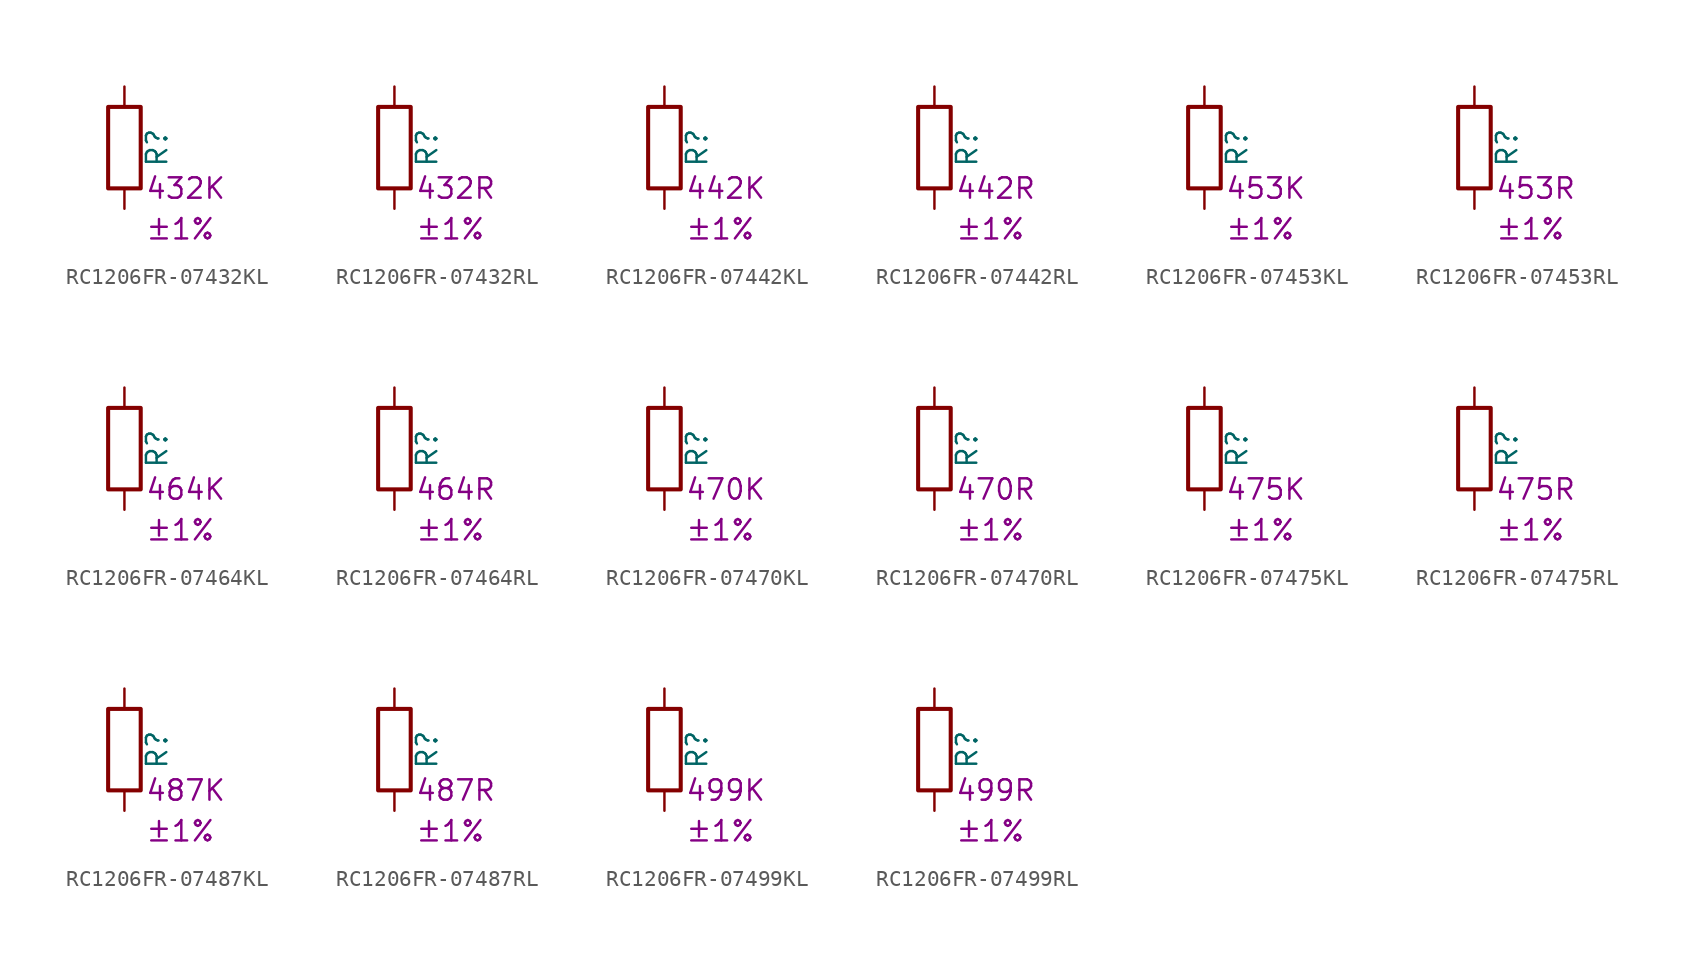
<source format=kicad_sym>
(kicad_symbol_lib
  (version 20220914)
  (generator kicad_symbol_editor)
  (symbol "RC1206FR-07432KL"
    (pin_numbers hide)
    (pin_names
      (offset 0))
    (property "Reference" "R"
      (at 2.032 0 90)
      (effects (font (size 1.27 1.27))))
    (property "Resistance" "432K"
      (at 1.27 -2.54 0)
      (effects (font (size 1.27 1.27)) (justify left)))
    (property "Tolerance" "±1%"
      (at 1.27 -5.08 0)
      (effects (font (size 1.27 1.27)) (justify left)))
    (symbol "RC1206FR-07432KL_0_1"
      (rectangle (start -1.016 -2.54) (end 1.016 2.54) (stroke (width 0.254) (type default)) (fill (type none))))
    (symbol "RC1206FR-07432KL_1_1"
      (pin passive line (at 0 3.81 270) (length 1.27) (name "~" (effects (font (size 1.27 1.27)))) (number "1" (effects (font (size 1.27 1.27)))))
      (pin passive line (at 0 -3.81 90) (length 1.27) (name "~" (effects (font (size 1.27 1.27)))) (number "2" (effects (font (size 1.27 1.27)))))))
  (symbol "RC1206FR-07432RL"
    (pin_numbers hide)
    (pin_names
      (offset 0))
    (property "Reference" "R"
      (at 2.032 0 90)
      (effects (font (size 1.27 1.27))))
    (property "Resistance" "432R"
      (at 1.27 -2.54 0)
      (effects (font (size 1.27 1.27)) (justify left)))
    (property "Tolerance" "±1%"
      (at 1.27 -5.08 0)
      (effects (font (size 1.27 1.27)) (justify left)))
    (symbol "RC1206FR-07432RL_0_1"
      (rectangle (start -1.016 -2.54) (end 1.016 2.54) (stroke (width 0.254) (type default)) (fill (type none))))
    (symbol "RC1206FR-07432RL_1_1"
      (pin passive line (at 0 3.81 270) (length 1.27) (name "~" (effects (font (size 1.27 1.27)))) (number "1" (effects (font (size 1.27 1.27)))))
      (pin passive line (at 0 -3.81 90) (length 1.27) (name "~" (effects (font (size 1.27 1.27)))) (number "2" (effects (font (size 1.27 1.27)))))))
  (symbol "RC1206FR-07442KL"
    (pin_numbers hide)
    (pin_names
      (offset 0))
    (property "Reference" "R"
      (at 2.032 0 90)
      (effects (font (size 1.27 1.27))))
    (property "Resistance" "442K"
      (at 1.27 -2.54 0)
      (effects (font (size 1.27 1.27)) (justify left)))
    (property "Tolerance" "±1%"
      (at 1.27 -5.08 0)
      (effects (font (size 1.27 1.27)) (justify left)))
    (symbol "RC1206FR-07442KL_0_1"
      (rectangle (start -1.016 -2.54) (end 1.016 2.54) (stroke (width 0.254) (type default)) (fill (type none))))
    (symbol "RC1206FR-07442KL_1_1"
      (pin passive line (at 0 3.81 270) (length 1.27) (name "~" (effects (font (size 1.27 1.27)))) (number "1" (effects (font (size 1.27 1.27)))))
      (pin passive line (at 0 -3.81 90) (length 1.27) (name "~" (effects (font (size 1.27 1.27)))) (number "2" (effects (font (size 1.27 1.27)))))))
  (symbol "RC1206FR-07442RL"
    (pin_numbers hide)
    (pin_names
      (offset 0))
    (property "Reference" "R"
      (at 2.032 0 90)
      (effects (font (size 1.27 1.27))))
    (property "Resistance" "442R"
      (at 1.27 -2.54 0)
      (effects (font (size 1.27 1.27)) (justify left)))
    (property "Tolerance" "±1%"
      (at 1.27 -5.08 0)
      (effects (font (size 1.27 1.27)) (justify left)))
    (symbol "RC1206FR-07442RL_0_1"
      (rectangle (start -1.016 -2.54) (end 1.016 2.54) (stroke (width 0.254) (type default)) (fill (type none))))
    (symbol "RC1206FR-07442RL_1_1"
      (pin passive line (at 0 3.81 270) (length 1.27) (name "~" (effects (font (size 1.27 1.27)))) (number "1" (effects (font (size 1.27 1.27)))))
      (pin passive line (at 0 -3.81 90) (length 1.27) (name "~" (effects (font (size 1.27 1.27)))) (number "2" (effects (font (size 1.27 1.27)))))))
  (symbol "RC1206FR-07453KL"
    (pin_numbers hide)
    (pin_names
      (offset 0))
    (property "Reference" "R"
      (at 2.032 0 90)
      (effects (font (size 1.27 1.27))))
    (property "Resistance" "453K"
      (at 1.27 -2.54 0)
      (effects (font (size 1.27 1.27)) (justify left)))
    (property "Tolerance" "±1%"
      (at 1.27 -5.08 0)
      (effects (font (size 1.27 1.27)) (justify left)))
    (symbol "RC1206FR-07453KL_0_1"
      (rectangle (start -1.016 -2.54) (end 1.016 2.54) (stroke (width 0.254) (type default)) (fill (type none))))
    (symbol "RC1206FR-07453KL_1_1"
      (pin passive line (at 0 3.81 270) (length 1.27) (name "~" (effects (font (size 1.27 1.27)))) (number "1" (effects (font (size 1.27 1.27)))))
      (pin passive line (at 0 -3.81 90) (length 1.27) (name "~" (effects (font (size 1.27 1.27)))) (number "2" (effects (font (size 1.27 1.27)))))))
  (symbol "RC1206FR-07453RL"
    (pin_numbers hide)
    (pin_names
      (offset 0))
    (property "Reference" "R"
      (at 2.032 0 90)
      (effects (font (size 1.27 1.27))))
    (property "Resistance" "453R"
      (at 1.27 -2.54 0)
      (effects (font (size 1.27 1.27)) (justify left)))
    (property "Tolerance" "±1%"
      (at 1.27 -5.08 0)
      (effects (font (size 1.27 1.27)) (justify left)))
    (symbol "RC1206FR-07453RL_0_1"
      (rectangle (start -1.016 -2.54) (end 1.016 2.54) (stroke (width 0.254) (type default)) (fill (type none))))
    (symbol "RC1206FR-07453RL_1_1"
      (pin passive line (at 0 3.81 270) (length 1.27) (name "~" (effects (font (size 1.27 1.27)))) (number "1" (effects (font (size 1.27 1.27)))))
      (pin passive line (at 0 -3.81 90) (length 1.27) (name "~" (effects (font (size 1.27 1.27)))) (number "2" (effects (font (size 1.27 1.27)))))))
  (symbol "RC1206FR-07464KL"
    (pin_numbers hide)
    (pin_names
      (offset 0))
    (property "Reference" "R"
      (at 2.032 0 90)
      (effects (font (size 1.27 1.27))))
    (property "Resistance" "464K"
      (at 1.27 -2.54 0)
      (effects (font (size 1.27 1.27)) (justify left)))
    (property "Tolerance" "±1%"
      (at 1.27 -5.08 0)
      (effects (font (size 1.27 1.27)) (justify left)))
    (symbol "RC1206FR-07464KL_0_1"
      (rectangle (start -1.016 -2.54) (end 1.016 2.54) (stroke (width 0.254) (type default)) (fill (type none))))
    (symbol "RC1206FR-07464KL_1_1"
      (pin passive line (at 0 3.81 270) (length 1.27) (name "~" (effects (font (size 1.27 1.27)))) (number "1" (effects (font (size 1.27 1.27)))))
      (pin passive line (at 0 -3.81 90) (length 1.27) (name "~" (effects (font (size 1.27 1.27)))) (number "2" (effects (font (size 1.27 1.27)))))))
  (symbol "RC1206FR-07464RL"
    (pin_numbers hide)
    (pin_names
      (offset 0))
    (property "Reference" "R"
      (at 2.032 0 90)
      (effects (font (size 1.27 1.27))))
    (property "Resistance" "464R"
      (at 1.27 -2.54 0)
      (effects (font (size 1.27 1.27)) (justify left)))
    (property "Tolerance" "±1%"
      (at 1.27 -5.08 0)
      (effects (font (size 1.27 1.27)) (justify left)))
    (symbol "RC1206FR-07464RL_0_1"
      (rectangle (start -1.016 -2.54) (end 1.016 2.54) (stroke (width 0.254) (type default)) (fill (type none))))
    (symbol "RC1206FR-07464RL_1_1"
      (pin passive line (at 0 3.81 270) (length 1.27) (name "~" (effects (font (size 1.27 1.27)))) (number "1" (effects (font (size 1.27 1.27)))))
      (pin passive line (at 0 -3.81 90) (length 1.27) (name "~" (effects (font (size 1.27 1.27)))) (number "2" (effects (font (size 1.27 1.27)))))))
  (symbol "RC1206FR-07470KL"
    (pin_numbers hide)
    (pin_names
      (offset 0))
    (property "Reference" "R"
      (at 2.032 0 90)
      (effects (font (size 1.27 1.27))))
    (property "Resistance" "470K"
      (at 1.27 -2.54 0)
      (effects (font (size 1.27 1.27)) (justify left)))
    (property "Tolerance" "±1%"
      (at 1.27 -5.08 0)
      (effects (font (size 1.27 1.27)) (justify left)))
    (symbol "RC1206FR-07470KL_0_1"
      (rectangle (start -1.016 -2.54) (end 1.016 2.54) (stroke (width 0.254) (type default)) (fill (type none))))
    (symbol "RC1206FR-07470KL_1_1"
      (pin passive line (at 0 3.81 270) (length 1.27) (name "~" (effects (font (size 1.27 1.27)))) (number "1" (effects (font (size 1.27 1.27)))))
      (pin passive line (at 0 -3.81 90) (length 1.27) (name "~" (effects (font (size 1.27 1.27)))) (number "2" (effects (font (size 1.27 1.27)))))))
  (symbol "RC1206FR-07470RL"
    (pin_numbers hide)
    (pin_names
      (offset 0))
    (property "Reference" "R"
      (at 2.032 0 90)
      (effects (font (size 1.27 1.27))))
    (property "Resistance" "470R"
      (at 1.27 -2.54 0)
      (effects (font (size 1.27 1.27)) (justify left)))
    (property "Tolerance" "±1%"
      (at 1.27 -5.08 0)
      (effects (font (size 1.27 1.27)) (justify left)))
    (symbol "RC1206FR-07470RL_0_1"
      (rectangle (start -1.016 -2.54) (end 1.016 2.54) (stroke (width 0.254) (type default)) (fill (type none))))
    (symbol "RC1206FR-07470RL_1_1"
      (pin passive line (at 0 3.81 270) (length 1.27) (name "~" (effects (font (size 1.27 1.27)))) (number "1" (effects (font (size 1.27 1.27)))))
      (pin passive line (at 0 -3.81 90) (length 1.27) (name "~" (effects (font (size 1.27 1.27)))) (number "2" (effects (font (size 1.27 1.27)))))))
  (symbol "RC1206FR-07475KL"
    (pin_numbers hide)
    (pin_names
      (offset 0))
    (property "Reference" "R"
      (at 2.032 0 90)
      (effects (font (size 1.27 1.27))))
    (property "Resistance" "475K"
      (at 1.27 -2.54 0)
      (effects (font (size 1.27 1.27)) (justify left)))
    (property "Tolerance" "±1%"
      (at 1.27 -5.08 0)
      (effects (font (size 1.27 1.27)) (justify left)))
    (symbol "RC1206FR-07475KL_0_1"
      (rectangle (start -1.016 -2.54) (end 1.016 2.54) (stroke (width 0.254) (type default)) (fill (type none))))
    (symbol "RC1206FR-07475KL_1_1"
      (pin passive line (at 0 3.81 270) (length 1.27) (name "~" (effects (font (size 1.27 1.27)))) (number "1" (effects (font (size 1.27 1.27)))))
      (pin passive line (at 0 -3.81 90) (length 1.27) (name "~" (effects (font (size 1.27 1.27)))) (number "2" (effects (font (size 1.27 1.27)))))))
  (symbol "RC1206FR-07475RL"
    (pin_numbers hide)
    (pin_names
      (offset 0))
    (property "Reference" "R"
      (at 2.032 0 90)
      (effects (font (size 1.27 1.27))))
    (property "Resistance" "475R"
      (at 1.27 -2.54 0)
      (effects (font (size 1.27 1.27)) (justify left)))
    (property "Tolerance" "±1%"
      (at 1.27 -5.08 0)
      (effects (font (size 1.27 1.27)) (justify left)))
    (symbol "RC1206FR-07475RL_0_1"
      (rectangle (start -1.016 -2.54) (end 1.016 2.54) (stroke (width 0.254) (type default)) (fill (type none))))
    (symbol "RC1206FR-07475RL_1_1"
      (pin passive line (at 0 3.81 270) (length 1.27) (name "~" (effects (font (size 1.27 1.27)))) (number "1" (effects (font (size 1.27 1.27)))))
      (pin passive line (at 0 -3.81 90) (length 1.27) (name "~" (effects (font (size 1.27 1.27)))) (number "2" (effects (font (size 1.27 1.27)))))))
  (symbol "RC1206FR-07487KL"
    (pin_numbers hide)
    (pin_names
      (offset 0))
    (property "Reference" "R"
      (at 2.032 0 90)
      (effects (font (size 1.27 1.27))))
    (property "Resistance" "487K"
      (at 1.27 -2.54 0)
      (effects (font (size 1.27 1.27)) (justify left)))
    (property "Tolerance" "±1%"
      (at 1.27 -5.08 0)
      (effects (font (size 1.27 1.27)) (justify left)))
    (symbol "RC1206FR-07487KL_0_1"
      (rectangle (start -1.016 -2.54) (end 1.016 2.54) (stroke (width 0.254) (type default)) (fill (type none))))
    (symbol "RC1206FR-07487KL_1_1"
      (pin passive line (at 0 3.81 270) (length 1.27) (name "~" (effects (font (size 1.27 1.27)))) (number "1" (effects (font (size 1.27 1.27)))))
      (pin passive line (at 0 -3.81 90) (length 1.27) (name "~" (effects (font (size 1.27 1.27)))) (number "2" (effects (font (size 1.27 1.27)))))))
  (symbol "RC1206FR-07487RL"
    (pin_numbers hide)
    (pin_names
      (offset 0))
    (property "Reference" "R"
      (at 2.032 0 90)
      (effects (font (size 1.27 1.27))))
    (property "Resistance" "487R"
      (at 1.27 -2.54 0)
      (effects (font (size 1.27 1.27)) (justify left)))
    (property "Tolerance" "±1%"
      (at 1.27 -5.08 0)
      (effects (font (size 1.27 1.27)) (justify left)))
    (symbol "RC1206FR-07487RL_0_1"
      (rectangle (start -1.016 -2.54) (end 1.016 2.54) (stroke (width 0.254) (type default)) (fill (type none))))
    (symbol "RC1206FR-07487RL_1_1"
      (pin passive line (at 0 3.81 270) (length 1.27) (name "~" (effects (font (size 1.27 1.27)))) (number "1" (effects (font (size 1.27 1.27)))))
      (pin passive line (at 0 -3.81 90) (length 1.27) (name "~" (effects (font (size 1.27 1.27)))) (number "2" (effects (font (size 1.27 1.27)))))))
  (symbol "RC1206FR-07499KL"
    (pin_numbers hide)
    (pin_names
      (offset 0))
    (property "Reference" "R"
      (at 2.032 0 90)
      (effects (font (size 1.27 1.27))))
    (property "Resistance" "499K"
      (at 1.27 -2.54 0)
      (effects (font (size 1.27 1.27)) (justify left)))
    (property "Tolerance" "±1%"
      (at 1.27 -5.08 0)
      (effects (font (size 1.27 1.27)) (justify left)))
    (symbol "RC1206FR-07499KL_0_1"
      (rectangle (start -1.016 -2.54) (end 1.016 2.54) (stroke (width 0.254) (type default)) (fill (type none))))
    (symbol "RC1206FR-07499KL_1_1"
      (pin passive line (at 0 3.81 270) (length 1.27) (name "~" (effects (font (size 1.27 1.27)))) (number "1" (effects (font (size 1.27 1.27)))))
      (pin passive line (at 0 -3.81 90) (length 1.27) (name "~" (effects (font (size 1.27 1.27)))) (number "2" (effects (font (size 1.27 1.27)))))))
  (symbol "RC1206FR-07499RL"
    (pin_numbers hide)
    (pin_names
      (offset 0))
    (property "Reference" "R"
      (at 2.032 0 90)
      (effects (font (size 1.27 1.27))))
    (property "Resistance" "499R"
      (at 1.27 -2.54 0)
      (effects (font (size 1.27 1.27)) (justify left)))
    (property "Tolerance" "±1%"
      (at 1.27 -5.08 0)
      (effects (font (size 1.27 1.27)) (justify left)))
    (symbol "RC1206FR-07499RL_0_1"
      (rectangle (start -1.016 -2.54) (end 1.016 2.54) (stroke (width 0.254) (type default)) (fill (type none))))
    (symbol "RC1206FR-07499RL_1_1"
      (pin passive line (at 0 3.81 270) (length 1.27) (name "~" (effects (font (size 1.27 1.27)))) (number "1" (effects (font (size 1.27 1.27)))))
      (pin passive line (at 0 -3.81 90) (length 1.27) (name "~" (effects (font (size 1.27 1.27)))) (number "2" (effects (font (size 1.27 1.27))))))))
</source>
